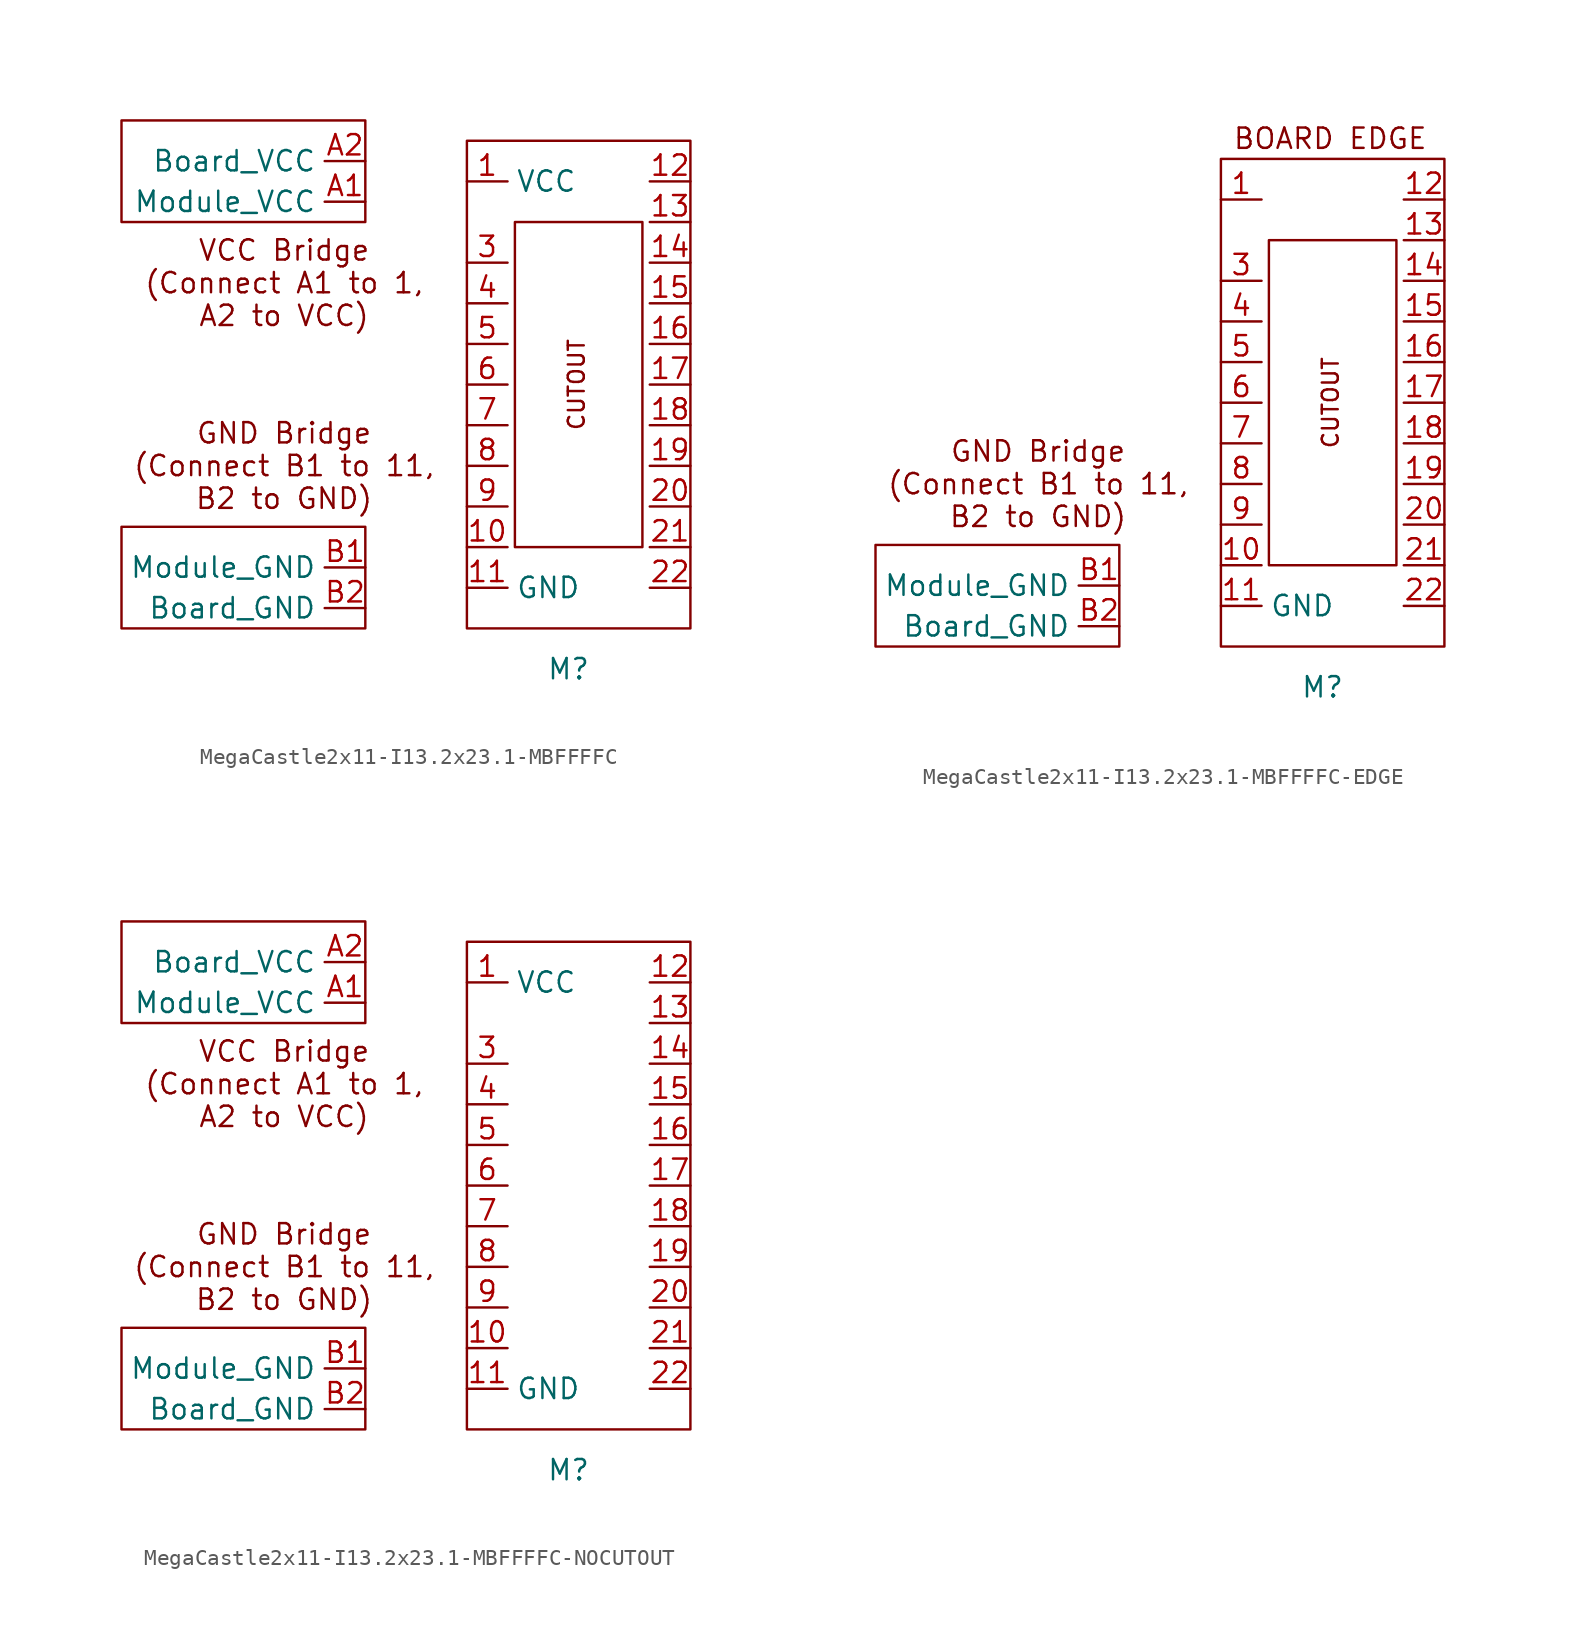
<source format=kicad_sym>
(kicad_symbol_lib
  (version 20231120)
  (generator "kicad_symbol_editor")
  (generator_version "8.0")
  (symbol "MegaCastle2x11-I13.2x23.1-MBFFFFC"
    (property "Reference" "M"
      (at 0 -17.78 0)
      (effects (font (size 1.27 1.27))))
    (property "Value" ""
      (at 0 5.08 0)
      (effects (font (size 1.27 1.27))))
    (symbol "MegaCastle2x11-I13.2x23.1-MBFFFFC_0_1"
      (rectangle (start -27.94 16.51) (end -12.7 10.16) (stroke (width 0) (type default)) (fill (type none)))
      (rectangle (start -27.94 -8.89) (end -12.7 -15.24) (stroke (width 0) (type default)) (fill (type none)))
      (rectangle (start -6.35 15.24) (end 7.62 -15.24) (stroke (width 0) (type default)) (fill (type none)))
      (rectangle (start -3.35 10.16) (end 4.62 -10.16) (stroke (width 0) (type default)) (fill (type none))))
    (symbol "MegaCastle2x11-I13.2x23.1-MBFFFFC_1_1"
      (text "GND Bridge\n(Connect B1 to 11,\nB2 to GND)" (at -17.78 -5.08 0) (effects (font (size 1.27 1.27))))
      (text "VCC Bridge\n(Connect A1 to 1,\nA2 to VCC)" (at -17.78 6.35 0) (effects (font (size 1.27 1.27))))
      (text "CUTOUT" (at 0.5 0 900) (effects (font (size 1 1))))
      (pin bidirectional line (at -6.35 12.7 0) (length 2.54) (name "VCC" (effects (font (size 1.27 1.27)))) (number "1" (effects (font (size 1.27 1.27)))))
      (pin bidirectional line (at -6.35 7.62 0) (length 2.54) (name "" (effects (font (size 1.27 1.27)))) (number "3" (effects (font (size 1.27 1.27)))))
      (pin bidirectional line (at -6.35 5.08 0) (length 2.54) (name "" (effects (font (size 1.27 1.27)))) (number "4" (effects (font (size 1.27 1.27)))))
      (pin bidirectional line (at -6.35 2.54 0) (length 2.54) (name "" (effects (font (size 1.27 1.27)))) (number "5" (effects (font (size 1.27 1.27)))))
      (pin bidirectional line (at -6.35 0 0) (length 2.54) (name "" (effects (font (size 1.27 1.27)))) (number "6" (effects (font (size 1.27 1.27)))))
      (pin bidirectional line (at -6.35 -2.54 0) (length 2.54) (name "" (effects (font (size 1.27 1.27)))) (number "7" (effects (font (size 1.27 1.27)))))
      (pin bidirectional line (at -6.35 -5.08 0) (length 2.54) (name "" (effects (font (size 1.27 1.27)))) (number "8" (effects (font (size 1.27 1.27)))))
      (pin bidirectional line (at -6.35 -7.62 0) (length 2.54) (name "" (effects (font (size 1.27 1.27)))) (number "9" (effects (font (size 1.27 1.27)))))
      (pin bidirectional line (at -6.35 -10.16 0) (length 2.54) (name "" (effects (font (size 1.27 1.27)))) (number "10" (effects (font (size 1.27 1.27)))))
      (pin bidirectional line (at -6.35 -12.7 0) (length 2.54) (name "GND" (effects (font (size 1.27 1.27)))) (number "11" (effects (font (size 1.27 1.27)))))
      (pin bidirectional line (at 7.62 12.7 180) (length 2.54) (name "" (effects (font (size 1.27 1.27)))) (number "12" (effects (font (size 1.27 1.27)))))
      (pin bidirectional line (at 7.62 10.16 180) (length 2.54) (name "" (effects (font (size 1.27 1.27)))) (number "13" (effects (font (size 1.27 1.27)))))
      (pin bidirectional line (at 7.62 7.62 180) (length 2.54) (name "" (effects (font (size 1.27 1.27)))) (number "14" (effects (font (size 1.27 1.27)))))
      (pin bidirectional line (at 7.62 5.08 180) (length 2.54) (name "" (effects (font (size 1.27 1.27)))) (number "15" (effects (font (size 1.27 1.27)))))
      (pin bidirectional line (at 7.62 2.54 180) (length 2.54) (name "" (effects (font (size 1.27 1.27)))) (number "16" (effects (font (size 1.27 1.27)))))
      (pin bidirectional line (at 7.62 0 180) (length 2.54) (name "" (effects (font (size 1.27 1.27)))) (number "17" (effects (font (size 1.27 1.27)))))
      (pin bidirectional line (at 7.62 -2.54 180) (length 2.54) (name "" (effects (font (size 1.27 1.27)))) (number "18" (effects (font (size 1.27 1.27)))))
      (pin bidirectional line (at 7.62 -5.08 180) (length 2.54) (name "" (effects (font (size 1.27 1.27)))) (number "19" (effects (font (size 1.27 1.27)))))
      (pin bidirectional line (at 7.62 -7.62 180) (length 2.54) (name "" (effects (font (size 1.27 1.27)))) (number "20" (effects (font (size 1.27 1.27)))))
      (pin bidirectional line (at 7.62 -10.16 180) (length 2.54) (name "" (effects (font (size 1.27 1.27)))) (number "21" (effects (font (size 1.27 1.27)))))
      (pin bidirectional line (at 7.62 -12.7 180) (length 2.54) (name "" (effects (font (size 1.27 1.27)))) (number "22" (effects (font (size 1.27 1.27)))))
      (pin bidirectional line (at -12.7 11.43 180) (length 2.54) (name "Module_VCC" (effects (font (size 1.27 1.27)))) (number "A1" (effects (font (size 1.27 1.27)))))
      (pin bidirectional line (at -12.7 13.97 180) (length 2.54) (name "Board_VCC" (effects (font (size 1.27 1.27)))) (number "A2" (effects (font (size 1.27 1.27)))))
      (pin bidirectional line (at -12.7 -11.43 180) (length 2.54) (name "Module_GND" (effects (font (size 1.27 1.27)))) (number "B1" (effects (font (size 1.27 1.27)))))
      (pin bidirectional line (at -12.7 -13.97 180) (length 2.54) (name "Board_GND" (effects (font (size 1.27 1.27)))) (number "B2" (effects (font (size 1.27 1.27)))))))
  (symbol "MegaCastle2x11-I13.2x23.1-MBFFFFC-EDGE"
    (property "Reference" "M"
      (at 0 -17.78 0)
      (effects (font (size 1.27 1.27))))
    (property "Value" ""
      (at 0 5.08 0)
      (effects (font (size 1.27 1.27))))
    (symbol "MegaCastle2x11-I13.2x23.1-MBFFFFC-EDGE_0_1"
      (rectangle (start -27.94 -8.89) (end -12.7 -15.24) (stroke (width 0) (type default)) (fill (type none)))
      (rectangle (start -6.35 15.24) (end 7.62 -15.24) (stroke (width 0) (type default)) (fill (type none)))
      (rectangle (start -3.35 10.16) (end 4.62 -10.16) (stroke (width 0) (type default)) (fill (type none))))
    (symbol "MegaCastle2x11-I13.2x23.1-MBFFFFC-EDGE_1_1"
      (text "GND Bridge\n(Connect B1 to 11,\nB2 to GND)" (at -17.78 -5.08 0) (effects (font (size 1.27 1.27))))
      (text " BOARD EDGE" (at 0 16.51 0) (effects (font (size 1.27 1.27))))
      (text "CUTOUT" (at 0.5 0 900) (effects (font (size 1 1))))
      (pin bidirectional line (at -6.35 12.7 0) (length 2.54) (name "" (effects (font (size 1.27 1.27)))) (number "1" (effects (font (size 1.27 1.27)))))
      (pin bidirectional line (at -6.35 7.62 0) (length 2.54) (name "" (effects (font (size 1.27 1.27)))) (number "3" (effects (font (size 1.27 1.27)))))
      (pin bidirectional line (at -6.35 5.08 0) (length 2.54) (name "" (effects (font (size 1.27 1.27)))) (number "4" (effects (font (size 1.27 1.27)))))
      (pin bidirectional line (at -6.35 2.54 0) (length 2.54) (name "" (effects (font (size 1.27 1.27)))) (number "5" (effects (font (size 1.27 1.27)))))
      (pin bidirectional line (at -6.35 0 0) (length 2.54) (name "" (effects (font (size 1.27 1.27)))) (number "6" (effects (font (size 1.27 1.27)))))
      (pin bidirectional line (at -6.35 -2.54 0) (length 2.54) (name "" (effects (font (size 1.27 1.27)))) (number "7" (effects (font (size 1.27 1.27)))))
      (pin bidirectional line (at -6.35 -5.08 0) (length 2.54) (name "" (effects (font (size 1.27 1.27)))) (number "8" (effects (font (size 1.27 1.27)))))
      (pin bidirectional line (at -6.35 -7.62 0) (length 2.54) (name "" (effects (font (size 1.27 1.27)))) (number "9" (effects (font (size 1.27 1.27)))))
      (pin bidirectional line (at -6.35 -10.16 0) (length 2.54) (name "" (effects (font (size 1.27 1.27)))) (number "10" (effects (font (size 1.27 1.27)))))
      (pin bidirectional line (at -6.35 -12.7 0) (length 2.54) (name "GND" (effects (font (size 1.27 1.27)))) (number "11" (effects (font (size 1.27 1.27)))))
      (pin bidirectional line (at 7.62 12.7 180) (length 2.54) (name "" (effects (font (size 1.27 1.27)))) (number "12" (effects (font (size 1.27 1.27)))))
      (pin bidirectional line (at 7.62 10.16 180) (length 2.54) (name "" (effects (font (size 1.27 1.27)))) (number "13" (effects (font (size 1.27 1.27)))))
      (pin bidirectional line (at 7.62 7.62 180) (length 2.54) (name "" (effects (font (size 1.27 1.27)))) (number "14" (effects (font (size 1.27 1.27)))))
      (pin bidirectional line (at 7.62 5.08 180) (length 2.54) (name "" (effects (font (size 1.27 1.27)))) (number "15" (effects (font (size 1.27 1.27)))))
      (pin bidirectional line (at 7.62 2.54 180) (length 2.54) (name "" (effects (font (size 1.27 1.27)))) (number "16" (effects (font (size 1.27 1.27)))))
      (pin bidirectional line (at 7.62 0 180) (length 2.54) (name "" (effects (font (size 1.27 1.27)))) (number "17" (effects (font (size 1.27 1.27)))))
      (pin bidirectional line (at 7.62 -2.54 180) (length 2.54) (name "" (effects (font (size 1.27 1.27)))) (number "18" (effects (font (size 1.27 1.27)))))
      (pin bidirectional line (at 7.62 -5.08 180) (length 2.54) (name "" (effects (font (size 1.27 1.27)))) (number "19" (effects (font (size 1.27 1.27)))))
      (pin bidirectional line (at 7.62 -7.62 180) (length 2.54) (name "" (effects (font (size 1.27 1.27)))) (number "20" (effects (font (size 1.27 1.27)))))
      (pin bidirectional line (at 7.62 -10.16 180) (length 2.54) (name "" (effects (font (size 1.27 1.27)))) (number "21" (effects (font (size 1.27 1.27)))))
      (pin bidirectional line (at 7.62 -12.7 180) (length 2.54) (name "" (effects (font (size 1.27 1.27)))) (number "22" (effects (font (size 1.27 1.27)))))
      (pin bidirectional line (at -12.7 -11.43 180) (length 2.54) (name "Module_GND" (effects (font (size 1.27 1.27)))) (number "B1" (effects (font (size 1.27 1.27)))))
      (pin bidirectional line (at -12.7 -13.97 180) (length 2.54) (name "Board_GND" (effects (font (size 1.27 1.27)))) (number "B2" (effects (font (size 1.27 1.27)))))))
  (symbol "MegaCastle2x11-I13.2x23.1-MBFFFFC-NOCUTOUT"
    (property "Reference" "M"
      (at 0 -17.78 0)
      (effects (font (size 1.27 1.27))))
    (property "Value" ""
      (at 0 5.08 0)
      (effects (font (size 1.27 1.27))))
    (symbol "MegaCastle2x11-I13.2x23.1-MBFFFFC-NOCUTOUT_0_1"
      (rectangle (start -27.94 16.51) (end -12.7 10.16) (stroke (width 0) (type default)) (fill (type none)))
      (rectangle (start -27.94 -8.89) (end -12.7 -15.24) (stroke (width 0) (type default)) (fill (type none)))
      (rectangle (start -6.35 15.24) (end 7.62 -15.24) (stroke (width 0) (type default)) (fill (type none))))
    (symbol "MegaCastle2x11-I13.2x23.1-MBFFFFC-NOCUTOUT_1_1"
      (text "GND Bridge\n(Connect B1 to 11,\nB2 to GND)" (at -17.78 -5.08 0) (effects (font (size 1.27 1.27))))
      (text "VCC Bridge\n(Connect A1 to 1,\nA2 to VCC)" (at -17.78 6.35 0) (effects (font (size 1.27 1.27))))
      (pin bidirectional line (at -6.35 12.7 0) (length 2.54) (name "VCC" (effects (font (size 1.27 1.27)))) (number "1" (effects (font (size 1.27 1.27)))))
      (pin bidirectional line (at -6.35 7.62 0) (length 2.54) (name "" (effects (font (size 1.27 1.27)))) (number "3" (effects (font (size 1.27 1.27)))))
      (pin bidirectional line (at -6.35 5.08 0) (length 2.54) (name "" (effects (font (size 1.27 1.27)))) (number "4" (effects (font (size 1.27 1.27)))))
      (pin bidirectional line (at -6.35 2.54 0) (length 2.54) (name "" (effects (font (size 1.27 1.27)))) (number "5" (effects (font (size 1.27 1.27)))))
      (pin bidirectional line (at -6.35 0 0) (length 2.54) (name "" (effects (font (size 1.27 1.27)))) (number "6" (effects (font (size 1.27 1.27)))))
      (pin bidirectional line (at -6.35 -2.54 0) (length 2.54) (name "" (effects (font (size 1.27 1.27)))) (number "7" (effects (font (size 1.27 1.27)))))
      (pin bidirectional line (at -6.35 -5.08 0) (length 2.54) (name "" (effects (font (size 1.27 1.27)))) (number "8" (effects (font (size 1.27 1.27)))))
      (pin bidirectional line (at -6.35 -7.62 0) (length 2.54) (name "" (effects (font (size 1.27 1.27)))) (number "9" (effects (font (size 1.27 1.27)))))
      (pin bidirectional line (at -6.35 -10.16 0) (length 2.54) (name "" (effects (font (size 1.27 1.27)))) (number "10" (effects (font (size 1.27 1.27)))))
      (pin bidirectional line (at -6.35 -12.7 0) (length 2.54) (name "GND" (effects (font (size 1.27 1.27)))) (number "11" (effects (font (size 1.27 1.27)))))
      (pin bidirectional line (at 7.62 12.7 180) (length 2.54) (name "" (effects (font (size 1.27 1.27)))) (number "12" (effects (font (size 1.27 1.27)))))
      (pin bidirectional line (at 7.62 10.16 180) (length 2.54) (name "" (effects (font (size 1.27 1.27)))) (number "13" (effects (font (size 1.27 1.27)))))
      (pin bidirectional line (at 7.62 7.62 180) (length 2.54) (name "" (effects (font (size 1.27 1.27)))) (number "14" (effects (font (size 1.27 1.27)))))
      (pin bidirectional line (at 7.62 5.08 180) (length 2.54) (name "" (effects (font (size 1.27 1.27)))) (number "15" (effects (font (size 1.27 1.27)))))
      (pin bidirectional line (at 7.62 2.54 180) (length 2.54) (name "" (effects (font (size 1.27 1.27)))) (number "16" (effects (font (size 1.27 1.27)))))
      (pin bidirectional line (at 7.62 0 180) (length 2.54) (name "" (effects (font (size 1.27 1.27)))) (number "17" (effects (font (size 1.27 1.27)))))
      (pin bidirectional line (at 7.62 -2.54 180) (length 2.54) (name "" (effects (font (size 1.27 1.27)))) (number "18" (effects (font (size 1.27 1.27)))))
      (pin bidirectional line (at 7.62 -5.08 180) (length 2.54) (name "" (effects (font (size 1.27 1.27)))) (number "19" (effects (font (size 1.27 1.27)))))
      (pin bidirectional line (at 7.62 -7.62 180) (length 2.54) (name "" (effects (font (size 1.27 1.27)))) (number "20" (effects (font (size 1.27 1.27)))))
      (pin bidirectional line (at 7.62 -10.16 180) (length 2.54) (name "" (effects (font (size 1.27 1.27)))) (number "21" (effects (font (size 1.27 1.27)))))
      (pin bidirectional line (at 7.62 -12.7 180) (length 2.54) (name "" (effects (font (size 1.27 1.27)))) (number "22" (effects (font (size 1.27 1.27)))))
      (pin bidirectional line (at -12.7 11.43 180) (length 2.54) (name "Module_VCC" (effects (font (size 1.27 1.27)))) (number "A1" (effects (font (size 1.27 1.27)))))
      (pin bidirectional line (at -12.7 13.97 180) (length 2.54) (name "Board_VCC" (effects (font (size 1.27 1.27)))) (number "A2" (effects (font (size 1.27 1.27)))))
      (pin bidirectional line (at -12.7 -11.43 180) (length 2.54) (name "Module_GND" (effects (font (size 1.27 1.27)))) (number "B1" (effects (font (size 1.27 1.27)))))
      (pin bidirectional line (at -12.7 -13.97 180) (length 2.54) (name "Board_GND" (effects (font (size 1.27 1.27)))) (number "B2" (effects (font (size 1.27 1.27))))))))
</source>
